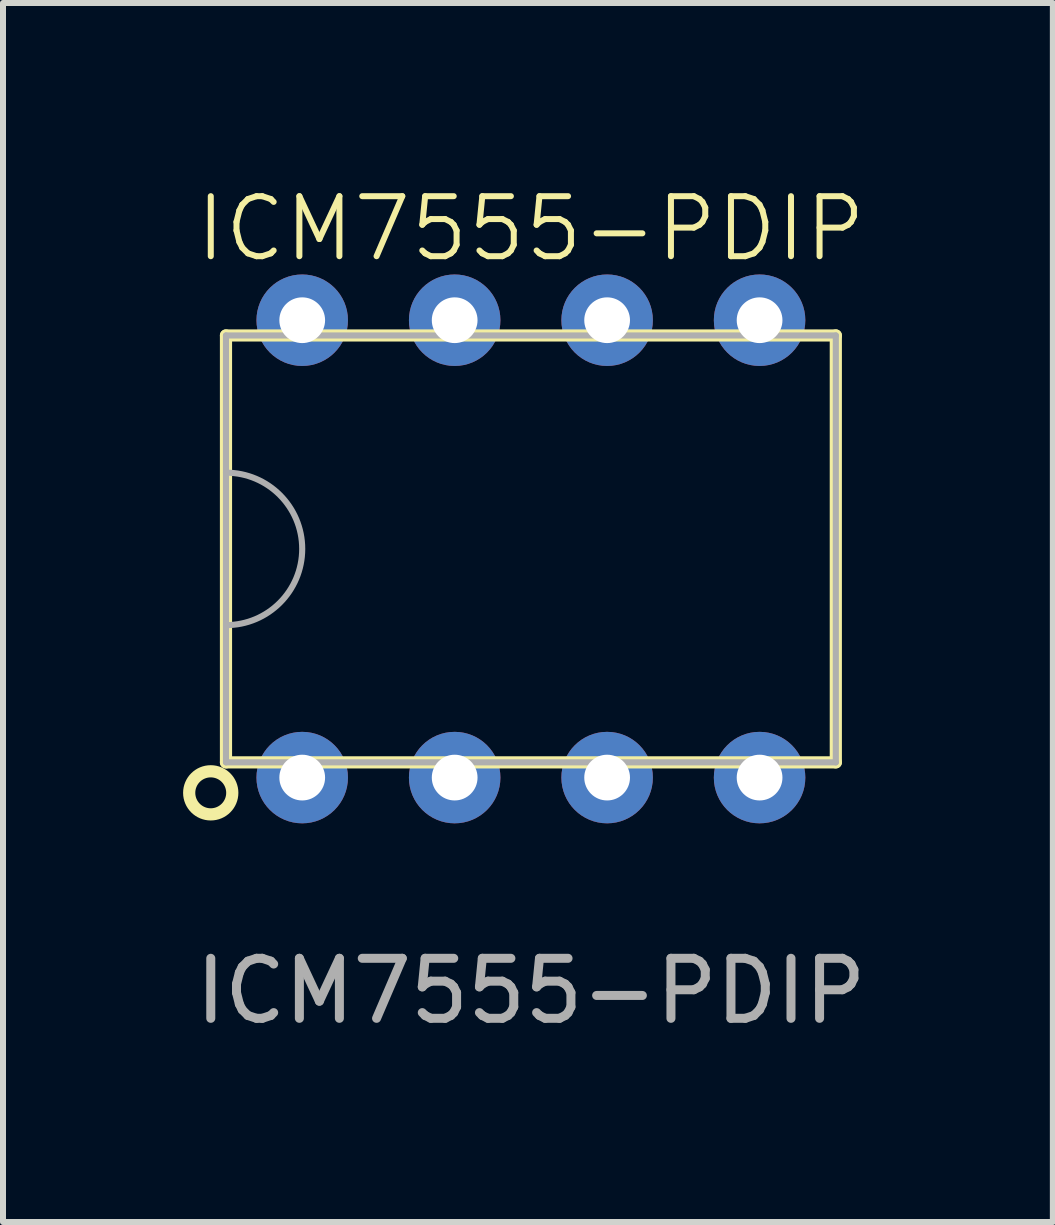
<source format=kicad_pcb>
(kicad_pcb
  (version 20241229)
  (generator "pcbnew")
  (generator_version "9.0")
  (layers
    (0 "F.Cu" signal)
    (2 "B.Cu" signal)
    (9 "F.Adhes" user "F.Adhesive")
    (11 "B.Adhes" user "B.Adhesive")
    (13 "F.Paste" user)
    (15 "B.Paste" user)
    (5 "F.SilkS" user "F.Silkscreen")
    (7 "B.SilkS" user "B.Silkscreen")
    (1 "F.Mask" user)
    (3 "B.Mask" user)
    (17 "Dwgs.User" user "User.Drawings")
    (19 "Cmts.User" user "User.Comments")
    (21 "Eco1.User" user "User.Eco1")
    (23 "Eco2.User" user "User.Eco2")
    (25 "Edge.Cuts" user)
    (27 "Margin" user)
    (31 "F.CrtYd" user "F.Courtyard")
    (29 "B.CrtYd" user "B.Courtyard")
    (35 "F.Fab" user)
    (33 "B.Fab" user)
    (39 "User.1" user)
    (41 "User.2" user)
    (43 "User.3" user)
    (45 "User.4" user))
  (footprint "ICM7555-PDIP"
    (layer "F.Cu")
    (at 5.795 6.095)
    (property "Reference" "ICM7555-PDIP" (at 0 -5.334 0) (unlocked yes) (layer "F.SilkS") (effects (font (size 1 1) (thickness 0.1))))
    (attr smd)
    (fp_line (start -5.08 -3.556) (end -5.08 3.556) (stroke (width 0.203) (type default)) (layer "F.SilkS"))
    (fp_line (start 5.08 -3.556) (end -5.08 -3.556) (stroke (width 0.203) (type default)) (layer "F.SilkS"))
    (fp_line (start 5.08 -3.556) (end 5.08 3.556) (stroke (width 0.203) (type default)) (layer "F.SilkS"))
    (fp_line (start 5.08 3.556) (end -5.08 3.556) (stroke (width 0.203) (type default)) (layer "F.SilkS"))
    (fp_circle (center -5.334 4.064) (end -4.975 4.064) (stroke (width 0.203) (type default)) (fill no) (layer "F.SilkS"))
    (fp_line (start -5.08 -3.556) (end -5.08 3.556) (stroke (width 0.102) (type default)) (layer "F.Fab"))
    (fp_line (start -5.08 3.556) (end 5.08 3.556) (stroke (width 0.102) (type default)) (layer "F.Fab"))
    (fp_line (start 5.08 -3.556) (end -5.08 -3.556) (stroke (width 0.102) (type default)) (layer "F.Fab"))
    (fp_line (start 5.08 3.556) (end 5.08 -3.556) (stroke (width 0.102) (type default)) (layer "F.Fab"))
    (fp_arc (start -5.08 -1.27) (mid -3.81 0) (end -5.08 1.27) (stroke (width 0.1016) (type default)) (layer "F.Fab"))
    (fp_text user "${REFERENCE}" (at 0 7.366 0) (unlocked yes) (layer "F.Fab") (effects (font (size 1 1) (thickness 0.15))))
    (pad "1" thru_hole circle (at -3.81 3.81) (size 1.524 1.524) (drill 0.762) (layers "*.Cu" "*.Mask"))
    (pad "2" thru_hole circle (at -1.27 3.81) (size 1.524 1.524) (drill 0.762) (layers "*.Cu" "*.Mask"))
    (pad "3" thru_hole circle (at 1.27 3.81) (size 1.524 1.524) (drill 0.762) (layers "*.Cu" "*.Mask"))
    (pad "4" thru_hole circle (at 3.81 3.81) (size 1.524 1.524) (drill 0.762) (layers "*.Cu" "*.Mask"))
    (pad "5" thru_hole circle (at 3.81 -3.81) (size 1.524 1.524) (drill 0.762) (layers "*.Cu" "*.Mask"))
    (pad "6" thru_hole circle (at 1.27 -3.81) (size 1.524 1.524) (drill 0.762) (layers "*.Cu" "*.Mask"))
    (pad "7" thru_hole circle (at -1.27 -3.81) (size 1.524 1.524) (drill 0.762) (layers "*.Cu" "*.Mask"))
    (pad "8" thru_hole circle (at -3.81 -3.81) (size 1.524 1.524) (drill 0.762) (layers "*.Cu" "*.Mask")))
  (gr_rect
    (start -3 -3)
    (end 14.491 17.309)
    (stroke (width 0.1) (type default))
    (fill no)
    (layer "Edge.Cuts")))
</source>
